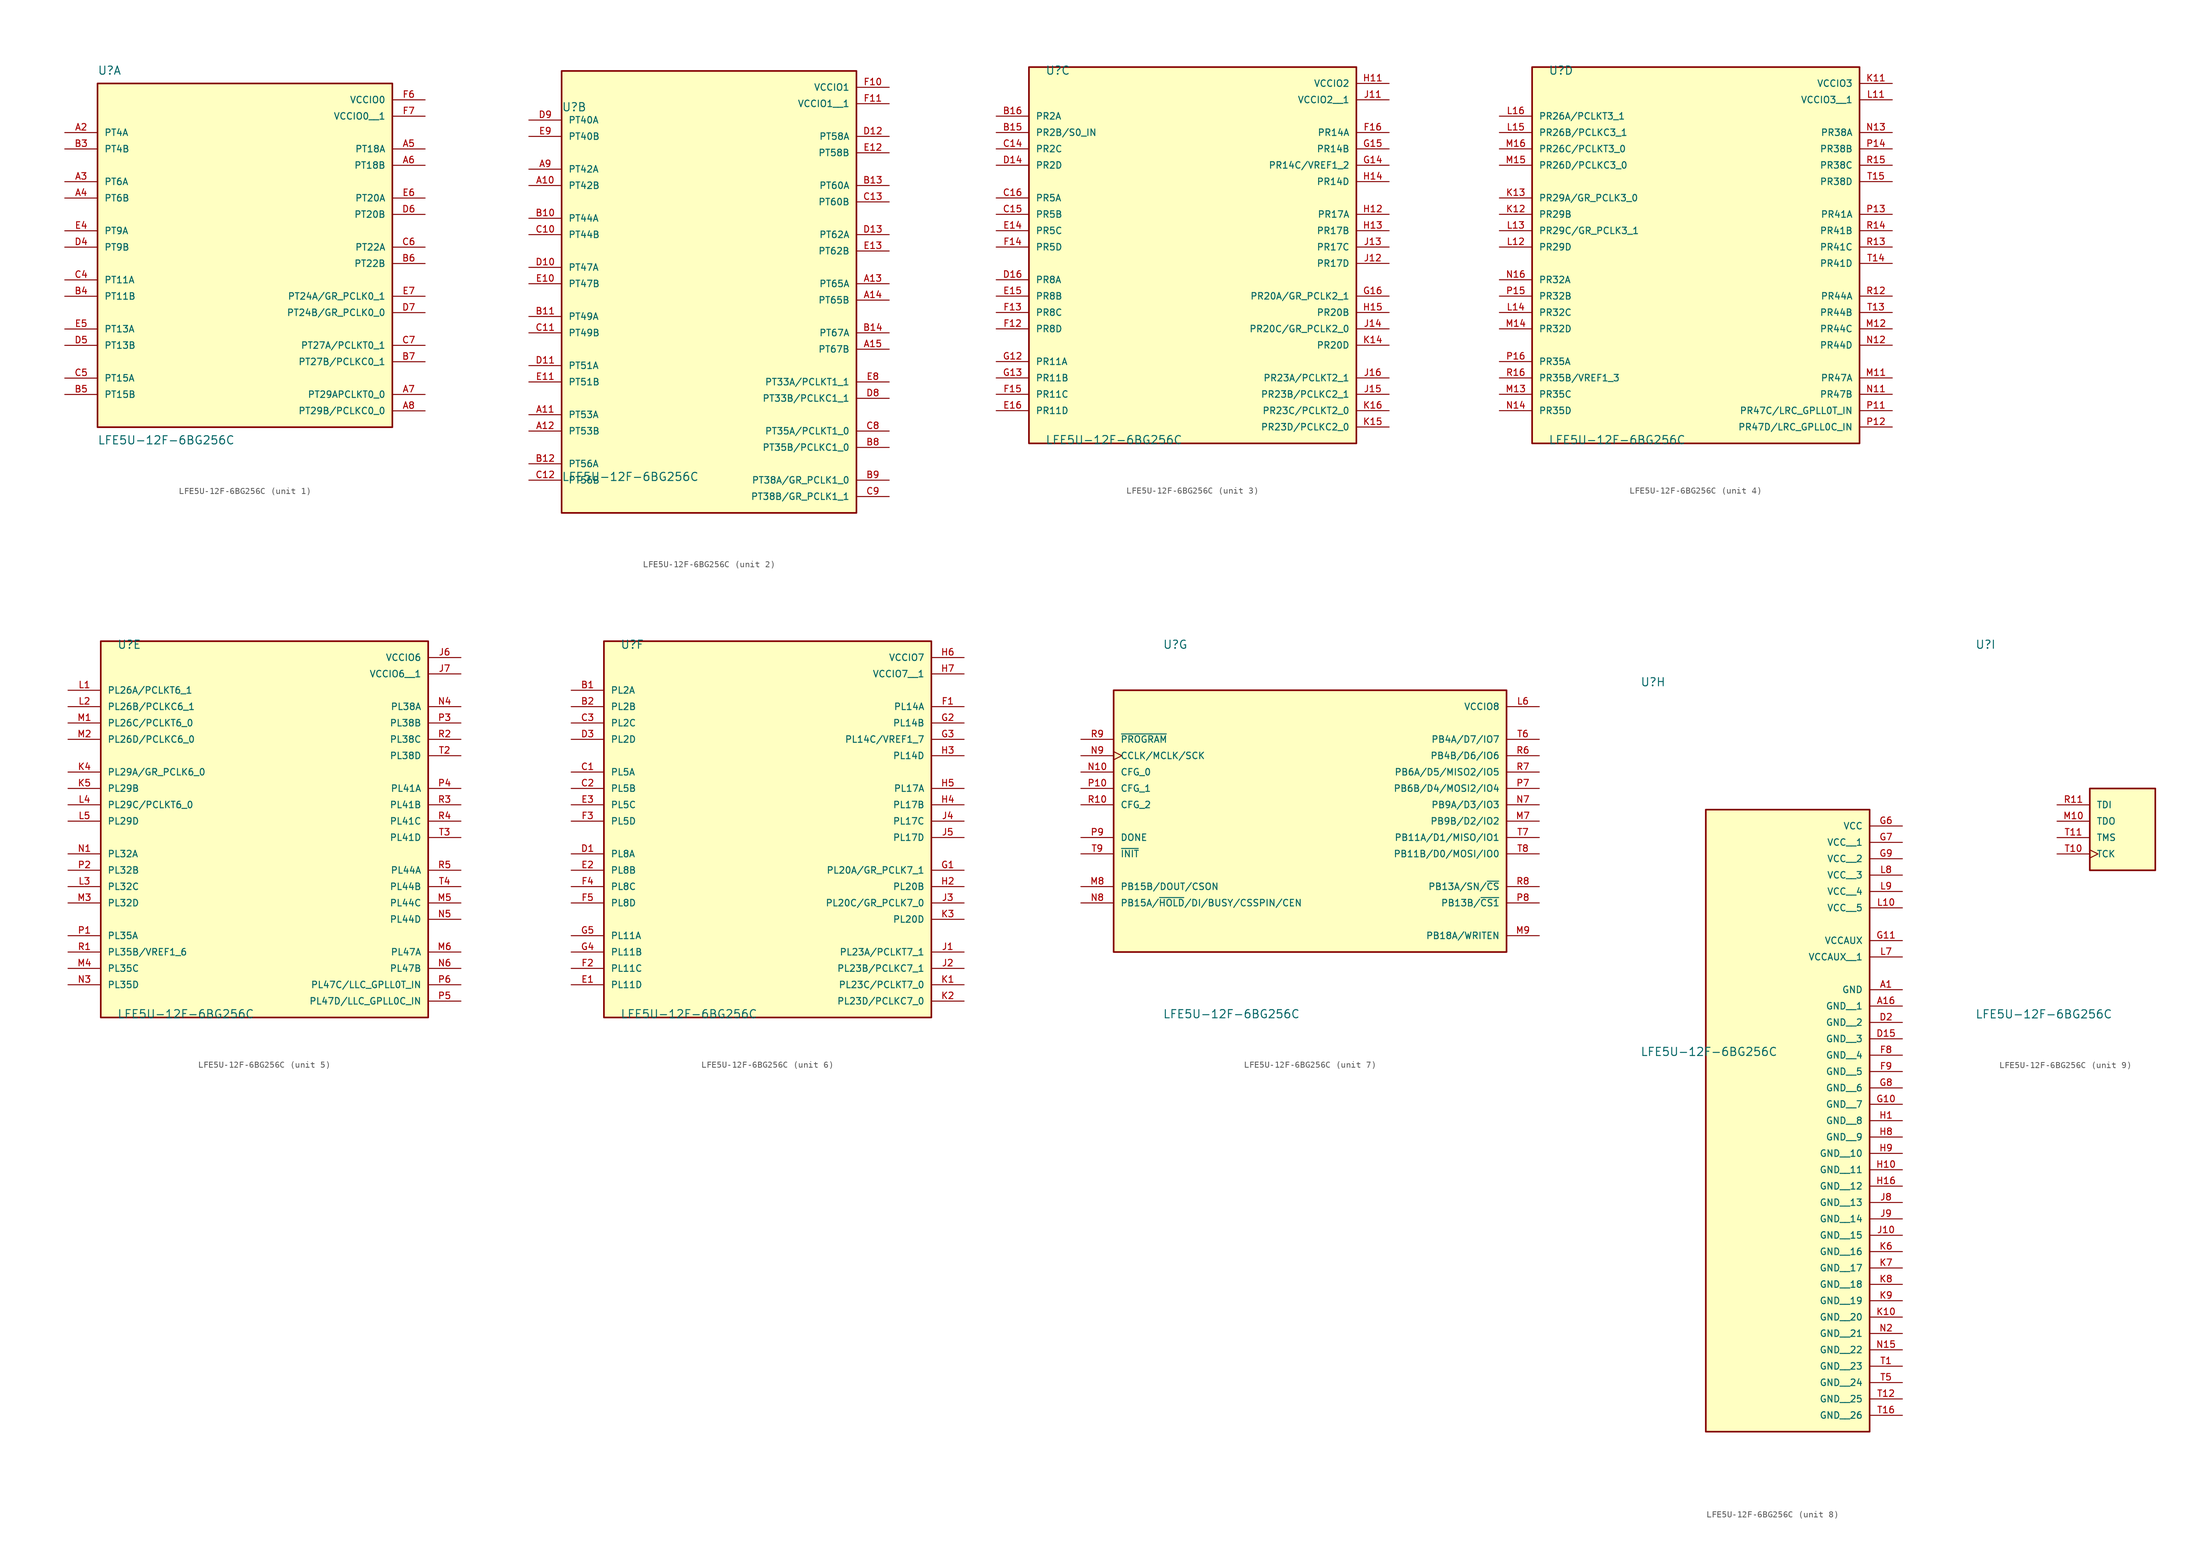
<source format=kicad_sym>
(kicad_symbol_lib
  (version 20241209)
  (generator "kicad_symbol_editor")
  (generator_version "9.0")
  (symbol "LFE5U-12F-6BG256C"
    (pin_names
      (offset 1.016))
    (property "Reference" "U"
      (at -22.86 26.67 0)
      (effects (font (size 1.27 1.27)) (justify left bottom)))
    (property "Value" "LFE5U-12F-6BG256C"
      (at -22.86 -29.21 0)
      (effects (font (size 1.27 1.27)) (justify left top)))
    (symbol "LFE5U-12F-6BG256C_1_0"
      (rectangle (start -22.86 -27.94) (end 22.86 25.4) (stroke (width 0.254) (type default)) (fill (type background)))
      (pin bidirectional line (at -27.94 17.78 0) (length 5.08) (name "PT4A" (effects (font (size 1.016 1.016)))) (number "A2" (effects (font (size 1.016 1.016)))))
      (pin bidirectional line (at -27.94 15.24 0) (length 5.08) (name "PT4B" (effects (font (size 1.016 1.016)))) (number "B3" (effects (font (size 1.016 1.016)))))
      (pin bidirectional line (at -27.94 10.16 0) (length 5.08) (name "PT6A" (effects (font (size 1.016 1.016)))) (number "A3" (effects (font (size 1.016 1.016)))))
      (pin bidirectional line (at -27.94 7.62 0) (length 5.08) (name "PT6B" (effects (font (size 1.016 1.016)))) (number "A4" (effects (font (size 1.016 1.016)))))
      (pin bidirectional line (at -27.94 2.54 0) (length 5.08) (name "PT9A" (effects (font (size 1.016 1.016)))) (number "E4" (effects (font (size 1.016 1.016)))))
      (pin bidirectional line (at -27.94 0 0) (length 5.08) (name "PT9B" (effects (font (size 1.016 1.016)))) (number "D4" (effects (font (size 1.016 1.016)))))
      (pin bidirectional line (at -27.94 -5.08 0) (length 5.08) (name "PT11A" (effects (font (size 1.016 1.016)))) (number "C4" (effects (font (size 1.016 1.016)))))
      (pin bidirectional line (at -27.94 -7.62 0) (length 5.08) (name "PT11B" (effects (font (size 1.016 1.016)))) (number "B4" (effects (font (size 1.016 1.016)))))
      (pin bidirectional line (at -27.94 -12.7 0) (length 5.08) (name "PT13A" (effects (font (size 1.016 1.016)))) (number "E5" (effects (font (size 1.016 1.016)))))
      (pin bidirectional line (at -27.94 -15.24 0) (length 5.08) (name "PT13B" (effects (font (size 1.016 1.016)))) (number "D5" (effects (font (size 1.016 1.016)))))
      (pin bidirectional line (at -27.94 -20.32 0) (length 5.08) (name "PT15A" (effects (font (size 1.016 1.016)))) (number "C5" (effects (font (size 1.016 1.016)))))
      (pin bidirectional line (at -27.94 -22.86 0) (length 5.08) (name "PT15B" (effects (font (size 1.016 1.016)))) (number "B5" (effects (font (size 1.016 1.016)))))
      (pin power_in line (at 27.94 22.86 180) (length 5.08) (name "VCCIO0" (effects (font (size 1.016 1.016)))) (number "F6" (effects (font (size 1.016 1.016)))))
      (pin power_in line (at 27.94 20.32 180) (length 5.08) (name "VCCIO0__1" (effects (font (size 1.016 1.016)))) (number "F7" (effects (font (size 1.016 1.016)))))
      (pin bidirectional line (at 27.94 15.24 180) (length 5.08) (name "PT18A" (effects (font (size 1.016 1.016)))) (number "A5" (effects (font (size 1.016 1.016)))))
      (pin bidirectional line (at 27.94 12.7 180) (length 5.08) (name "PT18B" (effects (font (size 1.016 1.016)))) (number "A6" (effects (font (size 1.016 1.016)))))
      (pin bidirectional line (at 27.94 7.62 180) (length 5.08) (name "PT20A" (effects (font (size 1.016 1.016)))) (number "E6" (effects (font (size 1.016 1.016)))))
      (pin bidirectional line (at 27.94 5.08 180) (length 5.08) (name "PT20B" (effects (font (size 1.016 1.016)))) (number "D6" (effects (font (size 1.016 1.016)))))
      (pin bidirectional line (at 27.94 0 180) (length 5.08) (name "PT22A" (effects (font (size 1.016 1.016)))) (number "C6" (effects (font (size 1.016 1.016)))))
      (pin bidirectional line (at 27.94 -2.54 180) (length 5.08) (name "PT22B" (effects (font (size 1.016 1.016)))) (number "B6" (effects (font (size 1.016 1.016)))))
      (pin bidirectional line (at 27.94 -7.62 180) (length 5.08) (name "PT24A/GR_PCLK0_1" (effects (font (size 1.016 1.016)))) (number "E7" (effects (font (size 1.016 1.016)))))
      (pin bidirectional line (at 27.94 -10.16 180) (length 5.08) (name "PT24B/GR_PCLK0_0" (effects (font (size 1.016 1.016)))) (number "D7" (effects (font (size 1.016 1.016)))))
      (pin bidirectional line (at 27.94 -15.24 180) (length 5.08) (name "PT27A/PCLKT0_1" (effects (font (size 1.016 1.016)))) (number "C7" (effects (font (size 1.016 1.016)))))
      (pin bidirectional line (at 27.94 -17.78 180) (length 5.08) (name "PT27B/PCLKC0_1" (effects (font (size 1.016 1.016)))) (number "B7" (effects (font (size 1.016 1.016)))))
      (pin bidirectional line (at 27.94 -22.86 180) (length 5.08) (name "PT29APCLKT0_0" (effects (font (size 1.016 1.016)))) (number "A7" (effects (font (size 1.016 1.016)))))
      (pin bidirectional line (at 27.94 -25.4 180) (length 5.08) (name "PT29B/PCLKC0_0" (effects (font (size 1.016 1.016)))) (number "A8" (effects (font (size 1.016 1.016))))))
    (symbol "LFE5U-12F-6BG256C_2_0"
      (rectangle (start -22.86 -35.56) (end 22.86 33.02) (stroke (width 0.254) (type default)) (fill (type background)))
      (pin bidirectional line (at -27.94 25.4 0) (length 5.08) (name "PT40A" (effects (font (size 1.016 1.016)))) (number "D9" (effects (font (size 1.016 1.016)))))
      (pin bidirectional line (at -27.94 22.86 0) (length 5.08) (name "PT40B" (effects (font (size 1.016 1.016)))) (number "E9" (effects (font (size 1.016 1.016)))))
      (pin bidirectional line (at -27.94 17.78 0) (length 5.08) (name "PT42A" (effects (font (size 1.016 1.016)))) (number "A9" (effects (font (size 1.016 1.016)))))
      (pin bidirectional line (at -27.94 15.24 0) (length 5.08) (name "PT42B" (effects (font (size 1.016 1.016)))) (number "A10" (effects (font (size 1.016 1.016)))))
      (pin bidirectional line (at -27.94 10.16 0) (length 5.08) (name "PT44A" (effects (font (size 1.016 1.016)))) (number "B10" (effects (font (size 1.016 1.016)))))
      (pin bidirectional line (at -27.94 7.62 0) (length 5.08) (name "PT44B" (effects (font (size 1.016 1.016)))) (number "C10" (effects (font (size 1.016 1.016)))))
      (pin bidirectional line (at -27.94 2.54 0) (length 5.08) (name "PT47A" (effects (font (size 1.016 1.016)))) (number "D10" (effects (font (size 1.016 1.016)))))
      (pin bidirectional line (at -27.94 0 0) (length 5.08) (name "PT47B" (effects (font (size 1.016 1.016)))) (number "E10" (effects (font (size 1.016 1.016)))))
      (pin bidirectional line (at -27.94 -5.08 0) (length 5.08) (name "PT49A" (effects (font (size 1.016 1.016)))) (number "B11" (effects (font (size 1.016 1.016)))))
      (pin bidirectional line (at -27.94 -7.62 0) (length 5.08) (name "PT49B" (effects (font (size 1.016 1.016)))) (number "C11" (effects (font (size 1.016 1.016)))))
      (pin bidirectional line (at -27.94 -12.7 0) (length 5.08) (name "PT51A" (effects (font (size 1.016 1.016)))) (number "D11" (effects (font (size 1.016 1.016)))))
      (pin bidirectional line (at -27.94 -15.24 0) (length 5.08) (name "PT51B" (effects (font (size 1.016 1.016)))) (number "E11" (effects (font (size 1.016 1.016)))))
      (pin bidirectional line (at -27.94 -20.32 0) (length 5.08) (name "PT53A" (effects (font (size 1.016 1.016)))) (number "A11" (effects (font (size 1.016 1.016)))))
      (pin bidirectional line (at -27.94 -22.86 0) (length 5.08) (name "PT53B" (effects (font (size 1.016 1.016)))) (number "A12" (effects (font (size 1.016 1.016)))))
      (pin bidirectional line (at -27.94 -27.94 0) (length 5.08) (name "PT56A" (effects (font (size 1.016 1.016)))) (number "B12" (effects (font (size 1.016 1.016)))))
      (pin bidirectional line (at -27.94 -30.48 0) (length 5.08) (name "PT56B" (effects (font (size 1.016 1.016)))) (number "C12" (effects (font (size 1.016 1.016)))))
      (pin power_in line (at 27.94 30.48 180) (length 5.08) (name "VCCIO1" (effects (font (size 1.016 1.016)))) (number "F10" (effects (font (size 1.016 1.016)))))
      (pin power_in line (at 27.94 27.94 180) (length 5.08) (name "VCCIO1__1" (effects (font (size 1.016 1.016)))) (number "F11" (effects (font (size 1.016 1.016)))))
      (pin bidirectional line (at 27.94 22.86 180) (length 5.08) (name "PT58A" (effects (font (size 1.016 1.016)))) (number "D12" (effects (font (size 1.016 1.016)))))
      (pin bidirectional line (at 27.94 20.32 180) (length 5.08) (name "PT58B" (effects (font (size 1.016 1.016)))) (number "E12" (effects (font (size 1.016 1.016)))))
      (pin bidirectional line (at 27.94 15.24 180) (length 5.08) (name "PT60A" (effects (font (size 1.016 1.016)))) (number "B13" (effects (font (size 1.016 1.016)))))
      (pin bidirectional line (at 27.94 12.7 180) (length 5.08) (name "PT60B" (effects (font (size 1.016 1.016)))) (number "C13" (effects (font (size 1.016 1.016)))))
      (pin bidirectional line (at 27.94 7.62 180) (length 5.08) (name "PT62A" (effects (font (size 1.016 1.016)))) (number "D13" (effects (font (size 1.016 1.016)))))
      (pin bidirectional line (at 27.94 5.08 180) (length 5.08) (name "PT62B" (effects (font (size 1.016 1.016)))) (number "E13" (effects (font (size 1.016 1.016)))))
      (pin bidirectional line (at 27.94 0 180) (length 5.08) (name "PT65A" (effects (font (size 1.016 1.016)))) (number "A13" (effects (font (size 1.016 1.016)))))
      (pin bidirectional line (at 27.94 -2.54 180) (length 5.08) (name "PT65B" (effects (font (size 1.016 1.016)))) (number "A14" (effects (font (size 1.016 1.016)))))
      (pin bidirectional line (at 27.94 -7.62 180) (length 5.08) (name "PT67A" (effects (font (size 1.016 1.016)))) (number "B14" (effects (font (size 1.016 1.016)))))
      (pin bidirectional line (at 27.94 -10.16 180) (length 5.08) (name "PT67B" (effects (font (size 1.016 1.016)))) (number "A15" (effects (font (size 1.016 1.016)))))
      (pin bidirectional line (at 27.94 -15.24 180) (length 5.08) (name "PT33A/PCLKT1_1" (effects (font (size 1.016 1.016)))) (number "E8" (effects (font (size 1.016 1.016)))))
      (pin bidirectional line (at 27.94 -17.78 180) (length 5.08) (name "PT33B/PCLKC1_1" (effects (font (size 1.016 1.016)))) (number "D8" (effects (font (size 1.016 1.016)))))
      (pin bidirectional line (at 27.94 -22.86 180) (length 5.08) (name "PT35A/PCLKT1_0" (effects (font (size 1.016 1.016)))) (number "C8" (effects (font (size 1.016 1.016)))))
      (pin bidirectional line (at 27.94 -25.4 180) (length 5.08) (name "PT35B/PCLKC1_0" (effects (font (size 1.016 1.016)))) (number "B8" (effects (font (size 1.016 1.016)))))
      (pin bidirectional line (at 27.94 -30.48 180) (length 5.08) (name "PT38A/GR_PCLK1_0" (effects (font (size 1.016 1.016)))) (number "B9" (effects (font (size 1.016 1.016)))))
      (pin bidirectional line (at 27.94 -33.02 180) (length 5.08) (name "PT38B/GR_PCLK1_1" (effects (font (size 1.016 1.016)))) (number "C9" (effects (font (size 1.016 1.016))))))
    (symbol "LFE5U-12F-6BG256C_3_0"
      (rectangle (start -25.4 -30.48) (end 25.4 27.94) (stroke (width 0.254) (type default)) (fill (type background)))
      (pin bidirectional line (at -30.48 20.32 0) (length 5.08) (name "PR2A" (effects (font (size 1.016 1.016)))) (number "B16" (effects (font (size 1.016 1.016)))))
      (pin bidirectional line (at -30.48 17.78 0) (length 5.08) (name "PR2B/S0_IN" (effects (font (size 1.016 1.016)))) (number "B15" (effects (font (size 1.016 1.016)))))
      (pin bidirectional line (at -30.48 15.24 0) (length 5.08) (name "PR2C" (effects (font (size 1.016 1.016)))) (number "C14" (effects (font (size 1.016 1.016)))))
      (pin bidirectional line (at -30.48 12.7 0) (length 5.08) (name "PR2D" (effects (font (size 1.016 1.016)))) (number "D14" (effects (font (size 1.016 1.016)))))
      (pin bidirectional line (at -30.48 7.62 0) (length 5.08) (name "PR5A" (effects (font (size 1.016 1.016)))) (number "C16" (effects (font (size 1.016 1.016)))))
      (pin bidirectional line (at -30.48 5.08 0) (length 5.08) (name "PR5B" (effects (font (size 1.016 1.016)))) (number "C15" (effects (font (size 1.016 1.016)))))
      (pin bidirectional line (at -30.48 2.54 0) (length 5.08) (name "PR5C" (effects (font (size 1.016 1.016)))) (number "E14" (effects (font (size 1.016 1.016)))))
      (pin bidirectional line (at -30.48 0 0) (length 5.08) (name "PR5D" (effects (font (size 1.016 1.016)))) (number "F14" (effects (font (size 1.016 1.016)))))
      (pin bidirectional line (at -30.48 -5.08 0) (length 5.08) (name "PR8A" (effects (font (size 1.016 1.016)))) (number "D16" (effects (font (size 1.016 1.016)))))
      (pin bidirectional line (at -30.48 -7.62 0) (length 5.08) (name "PR8B" (effects (font (size 1.016 1.016)))) (number "E15" (effects (font (size 1.016 1.016)))))
      (pin bidirectional line (at -30.48 -10.16 0) (length 5.08) (name "PR8C" (effects (font (size 1.016 1.016)))) (number "F13" (effects (font (size 1.016 1.016)))))
      (pin bidirectional line (at -30.48 -12.7 0) (length 5.08) (name "PR8D" (effects (font (size 1.016 1.016)))) (number "F12" (effects (font (size 1.016 1.016)))))
      (pin bidirectional line (at -30.48 -17.78 0) (length 5.08) (name "PR11A" (effects (font (size 1.016 1.016)))) (number "G12" (effects (font (size 1.016 1.016)))))
      (pin bidirectional line (at -30.48 -20.32 0) (length 5.08) (name "PR11B" (effects (font (size 1.016 1.016)))) (number "G13" (effects (font (size 1.016 1.016)))))
      (pin bidirectional line (at -30.48 -22.86 0) (length 5.08) (name "PR11C" (effects (font (size 1.016 1.016)))) (number "F15" (effects (font (size 1.016 1.016)))))
      (pin bidirectional line (at -30.48 -25.4 0) (length 5.08) (name "PR11D" (effects (font (size 1.016 1.016)))) (number "E16" (effects (font (size 1.016 1.016)))))
      (pin power_in line (at 30.48 25.4 180) (length 5.08) (name "VCCIO2" (effects (font (size 1.016 1.016)))) (number "H11" (effects (font (size 1.016 1.016)))))
      (pin power_in line (at 30.48 22.86 180) (length 5.08) (name "VCCIO2__1" (effects (font (size 1.016 1.016)))) (number "J11" (effects (font (size 1.016 1.016)))))
      (pin bidirectional line (at 30.48 17.78 180) (length 5.08) (name "PR14A" (effects (font (size 1.016 1.016)))) (number "F16" (effects (font (size 1.016 1.016)))))
      (pin bidirectional line (at 30.48 15.24 180) (length 5.08) (name "PR14B" (effects (font (size 1.016 1.016)))) (number "G15" (effects (font (size 1.016 1.016)))))
      (pin bidirectional line (at 30.48 12.7 180) (length 5.08) (name "PR14C/VREF1_2" (effects (font (size 1.016 1.016)))) (number "G14" (effects (font (size 1.016 1.016)))))
      (pin bidirectional line (at 30.48 10.16 180) (length 5.08) (name "PR14D" (effects (font (size 1.016 1.016)))) (number "H14" (effects (font (size 1.016 1.016)))))
      (pin bidirectional line (at 30.48 5.08 180) (length 5.08) (name "PR17A" (effects (font (size 1.016 1.016)))) (number "H12" (effects (font (size 1.016 1.016)))))
      (pin bidirectional line (at 30.48 2.54 180) (length 5.08) (name "PR17B" (effects (font (size 1.016 1.016)))) (number "H13" (effects (font (size 1.016 1.016)))))
      (pin bidirectional line (at 30.48 0 180) (length 5.08) (name "PR17C" (effects (font (size 1.016 1.016)))) (number "J13" (effects (font (size 1.016 1.016)))))
      (pin bidirectional line (at 30.48 -2.54 180) (length 5.08) (name "PR17D" (effects (font (size 1.016 1.016)))) (number "J12" (effects (font (size 1.016 1.016)))))
      (pin bidirectional line (at 30.48 -7.62 180) (length 5.08) (name "PR20A/GR_PCLK2_1" (effects (font (size 1.016 1.016)))) (number "G16" (effects (font (size 1.016 1.016)))))
      (pin bidirectional line (at 30.48 -10.16 180) (length 5.08) (name "PR20B" (effects (font (size 1.016 1.016)))) (number "H15" (effects (font (size 1.016 1.016)))))
      (pin bidirectional line (at 30.48 -12.7 180) (length 5.08) (name "PR20C/GR_PCLK2_0" (effects (font (size 1.016 1.016)))) (number "J14" (effects (font (size 1.016 1.016)))))
      (pin bidirectional line (at 30.48 -15.24 180) (length 5.08) (name "PR20D" (effects (font (size 1.016 1.016)))) (number "K14" (effects (font (size 1.016 1.016)))))
      (pin bidirectional line (at 30.48 -20.32 180) (length 5.08) (name "PR23A/PCLKT2_1" (effects (font (size 1.016 1.016)))) (number "J16" (effects (font (size 1.016 1.016)))))
      (pin bidirectional line (at 30.48 -22.86 180) (length 5.08) (name "PR23B/PCLKC2_1" (effects (font (size 1.016 1.016)))) (number "J15" (effects (font (size 1.016 1.016)))))
      (pin bidirectional line (at 30.48 -25.4 180) (length 5.08) (name "PR23C/PCLKT2_0" (effects (font (size 1.016 1.016)))) (number "K16" (effects (font (size 1.016 1.016)))))
      (pin bidirectional line (at 30.48 -27.94 180) (length 5.08) (name "PR23D/PCLKC2_0" (effects (font (size 1.016 1.016)))) (number "K15" (effects (font (size 1.016 1.016))))))
    (symbol "LFE5U-12F-6BG256C_4_0"
      (rectangle (start -25.4 -30.48) (end 25.4 27.94) (stroke (width 0.254) (type default)) (fill (type background)))
      (pin bidirectional line (at -30.48 20.32 0) (length 5.08) (name "PR26A/PCLKT3_1" (effects (font (size 1.016 1.016)))) (number "L16" (effects (font (size 1.016 1.016)))))
      (pin bidirectional line (at -30.48 17.78 0) (length 5.08) (name "PR26B/PCLKC3_1" (effects (font (size 1.016 1.016)))) (number "L15" (effects (font (size 1.016 1.016)))))
      (pin bidirectional line (at -30.48 15.24 0) (length 5.08) (name "PR26C/PCLKT3_0" (effects (font (size 1.016 1.016)))) (number "M16" (effects (font (size 1.016 1.016)))))
      (pin bidirectional line (at -30.48 12.7 0) (length 5.08) (name "PR26D/PCLKC3_0" (effects (font (size 1.016 1.016)))) (number "M15" (effects (font (size 1.016 1.016)))))
      (pin bidirectional line (at -30.48 7.62 0) (length 5.08) (name "PR29A/GR_PCLK3_0" (effects (font (size 1.016 1.016)))) (number "K13" (effects (font (size 1.016 1.016)))))
      (pin bidirectional line (at -30.48 5.08 0) (length 5.08) (name "PR29B" (effects (font (size 1.016 1.016)))) (number "K12" (effects (font (size 1.016 1.016)))))
      (pin bidirectional line (at -30.48 2.54 0) (length 5.08) (name "PR29C/GR_PCLK3_1" (effects (font (size 1.016 1.016)))) (number "L13" (effects (font (size 1.016 1.016)))))
      (pin bidirectional line (at -30.48 0 0) (length 5.08) (name "PR29D" (effects (font (size 1.016 1.016)))) (number "L12" (effects (font (size 1.016 1.016)))))
      (pin bidirectional line (at -30.48 -5.08 0) (length 5.08) (name "PR32A" (effects (font (size 1.016 1.016)))) (number "N16" (effects (font (size 1.016 1.016)))))
      (pin bidirectional line (at -30.48 -7.62 0) (length 5.08) (name "PR32B" (effects (font (size 1.016 1.016)))) (number "P15" (effects (font (size 1.016 1.016)))))
      (pin bidirectional line (at -30.48 -10.16 0) (length 5.08) (name "PR32C" (effects (font (size 1.016 1.016)))) (number "L14" (effects (font (size 1.016 1.016)))))
      (pin bidirectional line (at -30.48 -12.7 0) (length 5.08) (name "PR32D" (effects (font (size 1.016 1.016)))) (number "M14" (effects (font (size 1.016 1.016)))))
      (pin bidirectional line (at -30.48 -17.78 0) (length 5.08) (name "PR35A" (effects (font (size 1.016 1.016)))) (number "P16" (effects (font (size 1.016 1.016)))))
      (pin bidirectional line (at -30.48 -20.32 0) (length 5.08) (name "PR35B/VREF1_3" (effects (font (size 1.016 1.016)))) (number "R16" (effects (font (size 1.016 1.016)))))
      (pin bidirectional line (at -30.48 -22.86 0) (length 5.08) (name "PR35C" (effects (font (size 1.016 1.016)))) (number "M13" (effects (font (size 1.016 1.016)))))
      (pin bidirectional line (at -30.48 -25.4 0) (length 5.08) (name "PR35D" (effects (font (size 1.016 1.016)))) (number "N14" (effects (font (size 1.016 1.016)))))
      (pin power_in line (at 30.48 25.4 180) (length 5.08) (name "VCCIO3" (effects (font (size 1.016 1.016)))) (number "K11" (effects (font (size 1.016 1.016)))))
      (pin power_in line (at 30.48 22.86 180) (length 5.08) (name "VCCIO3__1" (effects (font (size 1.016 1.016)))) (number "L11" (effects (font (size 1.016 1.016)))))
      (pin bidirectional line (at 30.48 17.78 180) (length 5.08) (name "PR38A" (effects (font (size 1.016 1.016)))) (number "N13" (effects (font (size 1.016 1.016)))))
      (pin bidirectional line (at 30.48 15.24 180) (length 5.08) (name "PR38B" (effects (font (size 1.016 1.016)))) (number "P14" (effects (font (size 1.016 1.016)))))
      (pin bidirectional line (at 30.48 12.7 180) (length 5.08) (name "PR38C" (effects (font (size 1.016 1.016)))) (number "R15" (effects (font (size 1.016 1.016)))))
      (pin bidirectional line (at 30.48 10.16 180) (length 5.08) (name "PR38D" (effects (font (size 1.016 1.016)))) (number "T15" (effects (font (size 1.016 1.016)))))
      (pin bidirectional line (at 30.48 5.08 180) (length 5.08) (name "PR41A" (effects (font (size 1.016 1.016)))) (number "P13" (effects (font (size 1.016 1.016)))))
      (pin bidirectional line (at 30.48 2.54 180) (length 5.08) (name "PR41B" (effects (font (size 1.016 1.016)))) (number "R14" (effects (font (size 1.016 1.016)))))
      (pin bidirectional line (at 30.48 0 180) (length 5.08) (name "PR41C" (effects (font (size 1.016 1.016)))) (number "R13" (effects (font (size 1.016 1.016)))))
      (pin bidirectional line (at 30.48 -2.54 180) (length 5.08) (name "PR41D" (effects (font (size 1.016 1.016)))) (number "T14" (effects (font (size 1.016 1.016)))))
      (pin bidirectional line (at 30.48 -7.62 180) (length 5.08) (name "PR44A" (effects (font (size 1.016 1.016)))) (number "R12" (effects (font (size 1.016 1.016)))))
      (pin bidirectional line (at 30.48 -10.16 180) (length 5.08) (name "PR44B" (effects (font (size 1.016 1.016)))) (number "T13" (effects (font (size 1.016 1.016)))))
      (pin bidirectional line (at 30.48 -12.7 180) (length 5.08) (name "PR44C" (effects (font (size 1.016 1.016)))) (number "M12" (effects (font (size 1.016 1.016)))))
      (pin bidirectional line (at 30.48 -15.24 180) (length 5.08) (name "PR44D" (effects (font (size 1.016 1.016)))) (number "N12" (effects (font (size 1.016 1.016)))))
      (pin bidirectional line (at 30.48 -20.32 180) (length 5.08) (name "PR47A" (effects (font (size 1.016 1.016)))) (number "M11" (effects (font (size 1.016 1.016)))))
      (pin bidirectional line (at 30.48 -22.86 180) (length 5.08) (name "PR47B" (effects (font (size 1.016 1.016)))) (number "N11" (effects (font (size 1.016 1.016)))))
      (pin bidirectional line (at 30.48 -25.4 180) (length 5.08) (name "PR47C/LRC_GPLL0T_IN" (effects (font (size 1.016 1.016)))) (number "P11" (effects (font (size 1.016 1.016)))))
      (pin bidirectional line (at 30.48 -27.94 180) (length 5.08) (name "PR47D/LRC_GPLL0C_IN" (effects (font (size 1.016 1.016)))) (number "P12" (effects (font (size 1.016 1.016))))))
    (symbol "LFE5U-12F-6BG256C_5_0"
      (rectangle (start -25.4 -30.48) (end 25.4 27.94) (stroke (width 0.254) (type default)) (fill (type background)))
      (pin bidirectional line (at -30.48 20.32 0) (length 5.08) (name "PL26A/PCLKT6_1" (effects (font (size 1.016 1.016)))) (number "L1" (effects (font (size 1.016 1.016)))))
      (pin bidirectional line (at -30.48 17.78 0) (length 5.08) (name "PL26B/PCLKC6_1" (effects (font (size 1.016 1.016)))) (number "L2" (effects (font (size 1.016 1.016)))))
      (pin bidirectional line (at -30.48 15.24 0) (length 5.08) (name "PL26C/PCLKT6_0" (effects (font (size 1.016 1.016)))) (number "M1" (effects (font (size 1.016 1.016)))))
      (pin bidirectional line (at -30.48 12.7 0) (length 5.08) (name "PL26D/PCLKC6_0" (effects (font (size 1.016 1.016)))) (number "M2" (effects (font (size 1.016 1.016)))))
      (pin bidirectional line (at -30.48 7.62 0) (length 5.08) (name "PL29A/GR_PCLK6_0" (effects (font (size 1.016 1.016)))) (number "K4" (effects (font (size 1.016 1.016)))))
      (pin bidirectional line (at -30.48 5.08 0) (length 5.08) (name "PL29B" (effects (font (size 1.016 1.016)))) (number "K5" (effects (font (size 1.016 1.016)))))
      (pin bidirectional line (at -30.48 2.54 0) (length 5.08) (name "PL29C/PCLKT6_0" (effects (font (size 1.016 1.016)))) (number "L4" (effects (font (size 1.016 1.016)))))
      (pin bidirectional line (at -30.48 0 0) (length 5.08) (name "PL29D" (effects (font (size 1.016 1.016)))) (number "L5" (effects (font (size 1.016 1.016)))))
      (pin bidirectional line (at -30.48 -5.08 0) (length 5.08) (name "PL32A" (effects (font (size 1.016 1.016)))) (number "N1" (effects (font (size 1.016 1.016)))))
      (pin bidirectional line (at -30.48 -7.62 0) (length 5.08) (name "PL32B" (effects (font (size 1.016 1.016)))) (number "P2" (effects (font (size 1.016 1.016)))))
      (pin bidirectional line (at -30.48 -10.16 0) (length 5.08) (name "PL32C" (effects (font (size 1.016 1.016)))) (number "L3" (effects (font (size 1.016 1.016)))))
      (pin bidirectional line (at -30.48 -12.7 0) (length 5.08) (name "PL32D" (effects (font (size 1.016 1.016)))) (number "M3" (effects (font (size 1.016 1.016)))))
      (pin bidirectional line (at -30.48 -17.78 0) (length 5.08) (name "PL35A" (effects (font (size 1.016 1.016)))) (number "P1" (effects (font (size 1.016 1.016)))))
      (pin bidirectional line (at -30.48 -20.32 0) (length 5.08) (name "PL35B/VREF1_6" (effects (font (size 1.016 1.016)))) (number "R1" (effects (font (size 1.016 1.016)))))
      (pin bidirectional line (at -30.48 -22.86 0) (length 5.08) (name "PL35C" (effects (font (size 1.016 1.016)))) (number "M4" (effects (font (size 1.016 1.016)))))
      (pin bidirectional line (at -30.48 -25.4 0) (length 5.08) (name "PL35D" (effects (font (size 1.016 1.016)))) (number "N3" (effects (font (size 1.016 1.016)))))
      (pin power_in line (at 30.48 25.4 180) (length 5.08) (name "VCCIO6" (effects (font (size 1.016 1.016)))) (number "J6" (effects (font (size 1.016 1.016)))))
      (pin power_in line (at 30.48 22.86 180) (length 5.08) (name "VCCIO6__1" (effects (font (size 1.016 1.016)))) (number "J7" (effects (font (size 1.016 1.016)))))
      (pin bidirectional line (at 30.48 17.78 180) (length 5.08) (name "PL38A" (effects (font (size 1.016 1.016)))) (number "N4" (effects (font (size 1.016 1.016)))))
      (pin bidirectional line (at 30.48 15.24 180) (length 5.08) (name "PL38B" (effects (font (size 1.016 1.016)))) (number "P3" (effects (font (size 1.016 1.016)))))
      (pin bidirectional line (at 30.48 12.7 180) (length 5.08) (name "PL38C" (effects (font (size 1.016 1.016)))) (number "R2" (effects (font (size 1.016 1.016)))))
      (pin bidirectional line (at 30.48 10.16 180) (length 5.08) (name "PL38D" (effects (font (size 1.016 1.016)))) (number "T2" (effects (font (size 1.016 1.016)))))
      (pin bidirectional line (at 30.48 5.08 180) (length 5.08) (name "PL41A" (effects (font (size 1.016 1.016)))) (number "P4" (effects (font (size 1.016 1.016)))))
      (pin bidirectional line (at 30.48 2.54 180) (length 5.08) (name "PL41B" (effects (font (size 1.016 1.016)))) (number "R3" (effects (font (size 1.016 1.016)))))
      (pin bidirectional line (at 30.48 0 180) (length 5.08) (name "PL41C" (effects (font (size 1.016 1.016)))) (number "R4" (effects (font (size 1.016 1.016)))))
      (pin bidirectional line (at 30.48 -2.54 180) (length 5.08) (name "PL41D" (effects (font (size 1.016 1.016)))) (number "T3" (effects (font (size 1.016 1.016)))))
      (pin bidirectional line (at 30.48 -7.62 180) (length 5.08) (name "PL44A" (effects (font (size 1.016 1.016)))) (number "R5" (effects (font (size 1.016 1.016)))))
      (pin bidirectional line (at 30.48 -10.16 180) (length 5.08) (name "PL44B" (effects (font (size 1.016 1.016)))) (number "T4" (effects (font (size 1.016 1.016)))))
      (pin bidirectional line (at 30.48 -12.7 180) (length 5.08) (name "PL44C" (effects (font (size 1.016 1.016)))) (number "M5" (effects (font (size 1.016 1.016)))))
      (pin bidirectional line (at 30.48 -15.24 180) (length 5.08) (name "PL44D" (effects (font (size 1.016 1.016)))) (number "N5" (effects (font (size 1.016 1.016)))))
      (pin bidirectional line (at 30.48 -20.32 180) (length 5.08) (name "PL47A" (effects (font (size 1.016 1.016)))) (number "M6" (effects (font (size 1.016 1.016)))))
      (pin bidirectional line (at 30.48 -22.86 180) (length 5.08) (name "PL47B" (effects (font (size 1.016 1.016)))) (number "N6" (effects (font (size 1.016 1.016)))))
      (pin bidirectional line (at 30.48 -25.4 180) (length 5.08) (name "PL47C/LLC_GPLL0T_IN" (effects (font (size 1.016 1.016)))) (number "P6" (effects (font (size 1.016 1.016)))))
      (pin bidirectional line (at 30.48 -27.94 180) (length 5.08) (name "PL47D/LLC_GPLL0C_IN" (effects (font (size 1.016 1.016)))) (number "P5" (effects (font (size 1.016 1.016))))))
    (symbol "LFE5U-12F-6BG256C_6_0"
      (rectangle (start -25.4 -30.48) (end 25.4 27.94) (stroke (width 0.254) (type default)) (fill (type background)))
      (pin bidirectional line (at -30.48 20.32 0) (length 5.08) (name "PL2A" (effects (font (size 1.016 1.016)))) (number "B1" (effects (font (size 1.016 1.016)))))
      (pin bidirectional line (at -30.48 17.78 0) (length 5.08) (name "PL2B" (effects (font (size 1.016 1.016)))) (number "B2" (effects (font (size 1.016 1.016)))))
      (pin bidirectional line (at -30.48 15.24 0) (length 5.08) (name "PL2C" (effects (font (size 1.016 1.016)))) (number "C3" (effects (font (size 1.016 1.016)))))
      (pin bidirectional line (at -30.48 12.7 0) (length 5.08) (name "PL2D" (effects (font (size 1.016 1.016)))) (number "D3" (effects (font (size 1.016 1.016)))))
      (pin bidirectional line (at -30.48 7.62 0) (length 5.08) (name "PL5A" (effects (font (size 1.016 1.016)))) (number "C1" (effects (font (size 1.016 1.016)))))
      (pin bidirectional line (at -30.48 5.08 0) (length 5.08) (name "PL5B" (effects (font (size 1.016 1.016)))) (number "C2" (effects (font (size 1.016 1.016)))))
      (pin bidirectional line (at -30.48 2.54 0) (length 5.08) (name "PL5C" (effects (font (size 1.016 1.016)))) (number "E3" (effects (font (size 1.016 1.016)))))
      (pin bidirectional line (at -30.48 0 0) (length 5.08) (name "PL5D" (effects (font (size 1.016 1.016)))) (number "F3" (effects (font (size 1.016 1.016)))))
      (pin bidirectional line (at -30.48 -5.08 0) (length 5.08) (name "PL8A" (effects (font (size 1.016 1.016)))) (number "D1" (effects (font (size 1.016 1.016)))))
      (pin bidirectional line (at -30.48 -7.62 0) (length 5.08) (name "PL8B" (effects (font (size 1.016 1.016)))) (number "E2" (effects (font (size 1.016 1.016)))))
      (pin bidirectional line (at -30.48 -10.16 0) (length 5.08) (name "PL8C" (effects (font (size 1.016 1.016)))) (number "F4" (effects (font (size 1.016 1.016)))))
      (pin bidirectional line (at -30.48 -12.7 0) (length 5.08) (name "PL8D" (effects (font (size 1.016 1.016)))) (number "F5" (effects (font (size 1.016 1.016)))))
      (pin bidirectional line (at -30.48 -17.78 0) (length 5.08) (name "PL11A" (effects (font (size 1.016 1.016)))) (number "G5" (effects (font (size 1.016 1.016)))))
      (pin bidirectional line (at -30.48 -20.32 0) (length 5.08) (name "PL11B" (effects (font (size 1.016 1.016)))) (number "G4" (effects (font (size 1.016 1.016)))))
      (pin bidirectional line (at -30.48 -22.86 0) (length 5.08) (name "PL11C" (effects (font (size 1.016 1.016)))) (number "F2" (effects (font (size 1.016 1.016)))))
      (pin bidirectional line (at -30.48 -25.4 0) (length 5.08) (name "PL11D" (effects (font (size 1.016 1.016)))) (number "E1" (effects (font (size 1.016 1.016)))))
      (pin power_in line (at 30.48 25.4 180) (length 5.08) (name "VCCIO7" (effects (font (size 1.016 1.016)))) (number "H6" (effects (font (size 1.016 1.016)))))
      (pin power_in line (at 30.48 22.86 180) (length 5.08) (name "VCCIO7__1" (effects (font (size 1.016 1.016)))) (number "H7" (effects (font (size 1.016 1.016)))))
      (pin bidirectional line (at 30.48 17.78 180) (length 5.08) (name "PL14A" (effects (font (size 1.016 1.016)))) (number "F1" (effects (font (size 1.016 1.016)))))
      (pin bidirectional line (at 30.48 15.24 180) (length 5.08) (name "PL14B" (effects (font (size 1.016 1.016)))) (number "G2" (effects (font (size 1.016 1.016)))))
      (pin bidirectional line (at 30.48 12.7 180) (length 5.08) (name "PL14C/VREF1_7" (effects (font (size 1.016 1.016)))) (number "G3" (effects (font (size 1.016 1.016)))))
      (pin bidirectional line (at 30.48 10.16 180) (length 5.08) (name "PL14D" (effects (font (size 1.016 1.016)))) (number "H3" (effects (font (size 1.016 1.016)))))
      (pin bidirectional line (at 30.48 5.08 180) (length 5.08) (name "PL17A" (effects (font (size 1.016 1.016)))) (number "H5" (effects (font (size 1.016 1.016)))))
      (pin bidirectional line (at 30.48 2.54 180) (length 5.08) (name "PL17B" (effects (font (size 1.016 1.016)))) (number "H4" (effects (font (size 1.016 1.016)))))
      (pin bidirectional line (at 30.48 0 180) (length 5.08) (name "PL17C" (effects (font (size 1.016 1.016)))) (number "J4" (effects (font (size 1.016 1.016)))))
      (pin bidirectional line (at 30.48 -2.54 180) (length 5.08) (name "PL17D" (effects (font (size 1.016 1.016)))) (number "J5" (effects (font (size 1.016 1.016)))))
      (pin bidirectional line (at 30.48 -7.62 180) (length 5.08) (name "PL20A/GR_PCLK7_1" (effects (font (size 1.016 1.016)))) (number "G1" (effects (font (size 1.016 1.016)))))
      (pin bidirectional line (at 30.48 -10.16 180) (length 5.08) (name "PL20B" (effects (font (size 1.016 1.016)))) (number "H2" (effects (font (size 1.016 1.016)))))
      (pin bidirectional line (at 30.48 -12.7 180) (length 5.08) (name "PL20C/GR_PCLK7_0" (effects (font (size 1.016 1.016)))) (number "J3" (effects (font (size 1.016 1.016)))))
      (pin bidirectional line (at 30.48 -15.24 180) (length 5.08) (name "PL20D" (effects (font (size 1.016 1.016)))) (number "K3" (effects (font (size 1.016 1.016)))))
      (pin bidirectional line (at 30.48 -20.32 180) (length 5.08) (name "PL23A/PCLKT7_1" (effects (font (size 1.016 1.016)))) (number "J1" (effects (font (size 1.016 1.016)))))
      (pin bidirectional line (at 30.48 -22.86 180) (length 5.08) (name "PL23B/PCLKC7_1" (effects (font (size 1.016 1.016)))) (number "J2" (effects (font (size 1.016 1.016)))))
      (pin bidirectional line (at 30.48 -25.4 180) (length 5.08) (name "PL23C/PCLKT7_0" (effects (font (size 1.016 1.016)))) (number "K1" (effects (font (size 1.016 1.016)))))
      (pin bidirectional line (at 30.48 -27.94 180) (length 5.08) (name "PL23D/PCLKC7_0" (effects (font (size 1.016 1.016)))) (number "K2" (effects (font (size 1.016 1.016))))))
    (symbol "LFE5U-12F-6BG256C_7_0"
      (rectangle (start -30.48 -20.32) (end 30.48 20.32) (stroke (width 0.254) (type default)) (fill (type background)))
      (pin input line (at -35.56 12.7 0) (length 5.08) (name "~{PROGRAM}" (effects (font (size 1.016 1.016)))) (number "R9" (effects (font (size 1.016 1.016)))))
      (pin input clock (at -35.56 10.16 0) (length 5.08) (name "CCLK/MCLK/SCK" (effects (font (size 1.016 1.016)))) (number "N9" (effects (font (size 1.016 1.016)))))
      (pin input line (at -35.56 7.62 0) (length 5.08) (name "CFG_0" (effects (font (size 1.016 1.016)))) (number "N10" (effects (font (size 1.016 1.016)))))
      (pin input line (at -35.56 5.08 0) (length 5.08) (name "CFG_1" (effects (font (size 1.016 1.016)))) (number "P10" (effects (font (size 1.016 1.016)))))
      (pin input line (at -35.56 2.54 0) (length 5.08) (name "CFG_2" (effects (font (size 1.016 1.016)))) (number "R10" (effects (font (size 1.016 1.016)))))
      (pin bidirectional line (at -35.56 -2.54 0) (length 5.08) (name "DONE" (effects (font (size 1.016 1.016)))) (number "P9" (effects (font (size 1.016 1.016)))))
      (pin bidirectional line (at -35.56 -5.08 0) (length 5.08) (name "~{INIT}" (effects (font (size 1.016 1.016)))) (number "T9" (effects (font (size 1.016 1.016)))))
      (pin bidirectional line (at -35.56 -10.16 0) (length 5.08) (name "PB15B/DOUT/CSON" (effects (font (size 1.016 1.016)))) (number "M8" (effects (font (size 1.016 1.016)))))
      (pin bidirectional line (at -35.56 -12.7 0) (length 5.08) (name "PB15A/~{HOLD}/DI/BUSY/CSSPIN/CEN" (effects (font (size 1.016 1.016)))) (number "N8" (effects (font (size 1.016 1.016)))))
      (pin power_in line (at 35.56 17.78 180) (length 5.08) (name "VCCIO8" (effects (font (size 1.016 1.016)))) (number "L6" (effects (font (size 1.016 1.016)))))
      (pin bidirectional line (at 35.56 12.7 180) (length 5.08) (name "PB4A/D7/IO7" (effects (font (size 1.016 1.016)))) (number "T6" (effects (font (size 1.016 1.016)))))
      (pin bidirectional line (at 35.56 10.16 180) (length 5.08) (name "PB4B/D6/IO6" (effects (font (size 1.016 1.016)))) (number "R6" (effects (font (size 1.016 1.016)))))
      (pin bidirectional line (at 35.56 7.62 180) (length 5.08) (name "PB6A/D5/MISO2/IO5" (effects (font (size 1.016 1.016)))) (number "R7" (effects (font (size 1.016 1.016)))))
      (pin bidirectional line (at 35.56 5.08 180) (length 5.08) (name "PB6B/D4/MOSI2/IO4" (effects (font (size 1.016 1.016)))) (number "P7" (effects (font (size 1.016 1.016)))))
      (pin bidirectional line (at 35.56 2.54 180) (length 5.08) (name "PB9A/D3/IO3" (effects (font (size 1.016 1.016)))) (number "N7" (effects (font (size 1.016 1.016)))))
      (pin bidirectional line (at 35.56 0 180) (length 5.08) (name "PB9B/D2/IO2" (effects (font (size 1.016 1.016)))) (number "M7" (effects (font (size 1.016 1.016)))))
      (pin bidirectional line (at 35.56 -2.54 180) (length 5.08) (name "PB11A/D1/MISO/IO1" (effects (font (size 1.016 1.016)))) (number "T7" (effects (font (size 1.016 1.016)))))
      (pin bidirectional line (at 35.56 -5.08 180) (length 5.08) (name "PB11B/D0/MOSI/IO0" (effects (font (size 1.016 1.016)))) (number "T8" (effects (font (size 1.016 1.016)))))
      (pin bidirectional line (at 35.56 -10.16 180) (length 5.08) (name "PB13A/SN/~{CS}" (effects (font (size 1.016 1.016)))) (number "R8" (effects (font (size 1.016 1.016)))))
      (pin bidirectional line (at 35.56 -12.7 180) (length 5.08) (name "PB13B/~{CS1}" (effects (font (size 1.016 1.016)))) (number "P8" (effects (font (size 1.016 1.016)))))
      (pin bidirectional line (at 35.56 -17.78 180) (length 5.08) (name "PB18A/WRITEN" (effects (font (size 1.016 1.016)))) (number "M9" (effects (font (size 1.016 1.016))))))
    (symbol "LFE5U-12F-6BG256C_8_0"
      (rectangle (start -12.7 -88.9) (end 12.7 7.62) (stroke (width 0.254) (type default)) (fill (type background)))
      (pin power_in line (at 17.78 5.08 180) (length 5.08) (name "VCC" (effects (font (size 1.016 1.016)))) (number "G6" (effects (font (size 1.016 1.016)))))
      (pin power_in line (at 17.78 2.54 180) (length 5.08) (name "VCC__1" (effects (font (size 1.016 1.016)))) (number "G7" (effects (font (size 1.016 1.016)))))
      (pin power_in line (at 17.78 0 180) (length 5.08) (name "VCC__2" (effects (font (size 1.016 1.016)))) (number "G9" (effects (font (size 1.016 1.016)))))
      (pin power_in line (at 17.78 -2.54 180) (length 5.08) (name "VCC__3" (effects (font (size 1.016 1.016)))) (number "L8" (effects (font (size 1.016 1.016)))))
      (pin power_in line (at 17.78 -5.08 180) (length 5.08) (name "VCC__4" (effects (font (size 1.016 1.016)))) (number "L9" (effects (font (size 1.016 1.016)))))
      (pin power_in line (at 17.78 -7.62 180) (length 5.08) (name "VCC__5" (effects (font (size 1.016 1.016)))) (number "L10" (effects (font (size 1.016 1.016)))))
      (pin power_in line (at 17.78 -12.7 180) (length 5.08) (name "VCCAUX" (effects (font (size 1.016 1.016)))) (number "G11" (effects (font (size 1.016 1.016)))))
      (pin power_in line (at 17.78 -15.24 180) (length 5.08) (name "VCCAUX__1" (effects (font (size 1.016 1.016)))) (number "L7" (effects (font (size 1.016 1.016)))))
      (pin power_in line (at 17.78 -20.32 180) (length 5.08) (name "GND" (effects (font (size 1.016 1.016)))) (number "A1" (effects (font (size 1.016 1.016)))))
      (pin power_in line (at 17.78 -22.86 180) (length 5.08) (name "GND__1" (effects (font (size 1.016 1.016)))) (number "A16" (effects (font (size 1.016 1.016)))))
      (pin power_in line (at 17.78 -25.4 180) (length 5.08) (name "GND__2" (effects (font (size 1.016 1.016)))) (number "D2" (effects (font (size 1.016 1.016)))))
      (pin power_in line (at 17.78 -27.94 180) (length 5.08) (name "GND__3" (effects (font (size 1.016 1.016)))) (number "D15" (effects (font (size 1.016 1.016)))))
      (pin power_in line (at 17.78 -30.48 180) (length 5.08) (name "GND__4" (effects (font (size 1.016 1.016)))) (number "F8" (effects (font (size 1.016 1.016)))))
      (pin power_in line (at 17.78 -33.02 180) (length 5.08) (name "GND__5" (effects (font (size 1.016 1.016)))) (number "F9" (effects (font (size 1.016 1.016)))))
      (pin power_in line (at 17.78 -35.56 180) (length 5.08) (name "GND__6" (effects (font (size 1.016 1.016)))) (number "G8" (effects (font (size 1.016 1.016)))))
      (pin power_in line (at 17.78 -38.1 180) (length 5.08) (name "GND__7" (effects (font (size 1.016 1.016)))) (number "G10" (effects (font (size 1.016 1.016)))))
      (pin power_in line (at 17.78 -40.64 180) (length 5.08) (name "GND__8" (effects (font (size 1.016 1.016)))) (number "H1" (effects (font (size 1.016 1.016)))))
      (pin power_in line (at 17.78 -43.18 180) (length 5.08) (name "GND__9" (effects (font (size 1.016 1.016)))) (number "H8" (effects (font (size 1.016 1.016)))))
      (pin power_in line (at 17.78 -45.72 180) (length 5.08) (name "GND__10" (effects (font (size 1.016 1.016)))) (number "H9" (effects (font (size 1.016 1.016)))))
      (pin power_in line (at 17.78 -48.26 180) (length 5.08) (name "GND__11" (effects (font (size 1.016 1.016)))) (number "H10" (effects (font (size 1.016 1.016)))))
      (pin power_in line (at 17.78 -50.8 180) (length 5.08) (name "GND__12" (effects (font (size 1.016 1.016)))) (number "H16" (effects (font (size 1.016 1.016)))))
      (pin power_in line (at 17.78 -53.34 180) (length 5.08) (name "GND__13" (effects (font (size 1.016 1.016)))) (number "J8" (effects (font (size 1.016 1.016)))))
      (pin power_in line (at 17.78 -55.88 180) (length 5.08) (name "GND__14" (effects (font (size 1.016 1.016)))) (number "J9" (effects (font (size 1.016 1.016)))))
      (pin power_in line (at 17.78 -58.42 180) (length 5.08) (name "GND__15" (effects (font (size 1.016 1.016)))) (number "J10" (effects (font (size 1.016 1.016)))))
      (pin power_in line (at 17.78 -60.96 180) (length 5.08) (name "GND__16" (effects (font (size 1.016 1.016)))) (number "K6" (effects (font (size 1.016 1.016)))))
      (pin power_in line (at 17.78 -63.5 180) (length 5.08) (name "GND__17" (effects (font (size 1.016 1.016)))) (number "K7" (effects (font (size 1.016 1.016)))))
      (pin power_in line (at 17.78 -66.04 180) (length 5.08) (name "GND__18" (effects (font (size 1.016 1.016)))) (number "K8" (effects (font (size 1.016 1.016)))))
      (pin power_in line (at 17.78 -68.58 180) (length 5.08) (name "GND__19" (effects (font (size 1.016 1.016)))) (number "K9" (effects (font (size 1.016 1.016)))))
      (pin power_in line (at 17.78 -71.12 180) (length 5.08) (name "GND__20" (effects (font (size 1.016 1.016)))) (number "K10" (effects (font (size 1.016 1.016)))))
      (pin power_in line (at 17.78 -73.66 180) (length 5.08) (name "GND__21" (effects (font (size 1.016 1.016)))) (number "N2" (effects (font (size 1.016 1.016)))))
      (pin power_in line (at 17.78 -76.2 180) (length 5.08) (name "GND__22" (effects (font (size 1.016 1.016)))) (number "N15" (effects (font (size 1.016 1.016)))))
      (pin power_in line (at 17.78 -78.74 180) (length 5.08) (name "GND__23" (effects (font (size 1.016 1.016)))) (number "T1" (effects (font (size 1.016 1.016)))))
      (pin power_in line (at 17.78 -81.28 180) (length 5.08) (name "GND__24" (effects (font (size 1.016 1.016)))) (number "T5" (effects (font (size 1.016 1.016)))))
      (pin power_in line (at 17.78 -83.82 180) (length 5.08) (name "GND__25" (effects (font (size 1.016 1.016)))) (number "T12" (effects (font (size 1.016 1.016)))))
      (pin power_in line (at 17.78 -86.36 180) (length 5.08) (name "GND__26" (effects (font (size 1.016 1.016)))) (number "T16" (effects (font (size 1.016 1.016))))))
    (symbol "LFE5U-12F-6BG256C_9_0"
      (rectangle (start -5.08 -7.62) (end 5.08 5.08) (stroke (width 0.254) (type default)) (fill (type background)))
      (pin input line (at -10.16 2.54 0) (length 5.08) (name "TDI" (effects (font (size 1.016 1.016)))) (number "R11" (effects (font (size 1.016 1.016)))))
      (pin output line (at -10.16 0 0) (length 5.08) (name "TDO" (effects (font (size 1.016 1.016)))) (number "M10" (effects (font (size 1.016 1.016)))))
      (pin input line (at -10.16 -2.54 0) (length 5.08) (name "TMS" (effects (font (size 1.016 1.016)))) (number "T11" (effects (font (size 1.016 1.016)))))
      (pin bidirectional clock (at -10.16 -5.08 0) (length 5.08) (name "TCK" (effects (font (size 1.016 1.016)))) (number "T10" (effects (font (size 1.016 1.016))))))))
</source>
